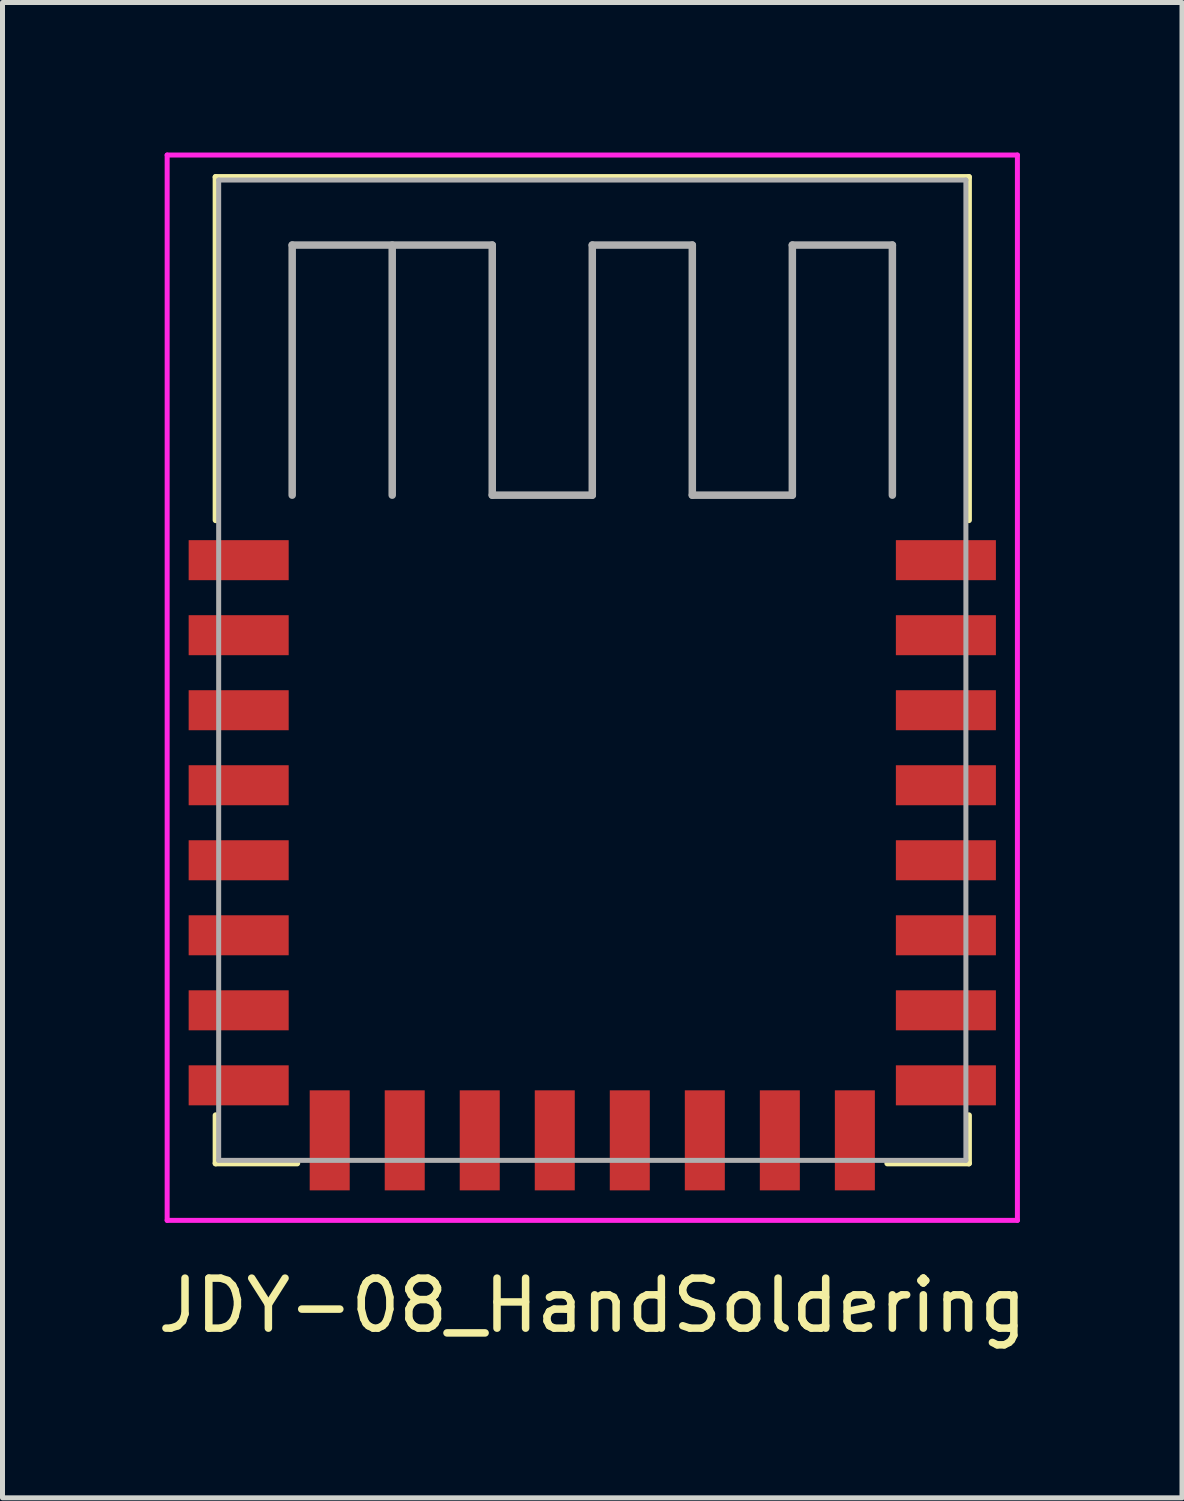
<source format=kicad_pcb>
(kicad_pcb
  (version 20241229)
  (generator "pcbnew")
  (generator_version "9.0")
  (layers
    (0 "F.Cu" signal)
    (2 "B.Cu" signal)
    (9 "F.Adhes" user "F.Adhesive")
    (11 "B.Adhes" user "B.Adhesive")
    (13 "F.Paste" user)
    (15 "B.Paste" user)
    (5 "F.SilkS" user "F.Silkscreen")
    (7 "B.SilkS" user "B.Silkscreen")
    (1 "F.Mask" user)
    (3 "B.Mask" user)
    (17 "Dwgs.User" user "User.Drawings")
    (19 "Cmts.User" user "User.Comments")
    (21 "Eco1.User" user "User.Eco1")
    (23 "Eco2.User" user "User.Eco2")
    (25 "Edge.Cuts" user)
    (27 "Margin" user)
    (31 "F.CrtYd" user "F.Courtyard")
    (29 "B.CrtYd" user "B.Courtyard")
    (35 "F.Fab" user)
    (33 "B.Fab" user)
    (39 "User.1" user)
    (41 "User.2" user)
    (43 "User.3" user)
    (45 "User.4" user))
  (footprint "JDY-08_HandSoldering"
    (layer "F.Cu")
    (at 8.792 10.35)
    (property "Reference" "JDY-08_HandSoldering" (at 0 12.7 0) (layer "F.SilkS") (effects (font (size 1 1) (thickness 0.15))))
    (attr through_hole)
    (fp_line (start -7.53 -9.86) (end 7.53 -9.86) (stroke (width 0.12) (type solid)) (layer "F.SilkS"))
    (fp_line (start -7.53 -3) (end -7.53 -9.86) (stroke (width 0.12) (type solid)) (layer "F.SilkS"))
    (fp_line (start -7.53 8.9) (end -7.53 9.86) (stroke (width 0.12) (type solid)) (layer "F.SilkS"))
    (fp_line (start -7.53 9.86) (end -5.9 9.86) (stroke (width 0.12) (type solid)) (layer "F.SilkS"))
    (fp_line (start 5.9 9.86) (end 7.53 9.86) (stroke (width 0.12) (type solid)) (layer "F.SilkS"))
    (fp_line (start 7.53 -9.86) (end 7.53 -3) (stroke (width 0.12) (type solid)) (layer "F.SilkS"))
    (fp_line (start 7.53 9.86) (end 7.53 8.9) (stroke (width 0.12) (type solid)) (layer "F.SilkS"))
    (fp_line (start -8.5 -10.3) (end -8.5 11) (stroke (width 0.1) (type solid)) (layer "F.CrtYd"))
    (fp_line (start -8.5 11) (end 8.5 11) (stroke (width 0.1) (type solid)) (layer "F.CrtYd"))
    (fp_line (start 8.5 -10.3) (end -8.5 -10.3) (stroke (width 0.1) (type solid)) (layer "F.CrtYd"))
    (fp_line (start 8.5 11) (end 8.5 -10.3) (stroke (width 0.1) (type solid)) (layer "F.CrtYd"))
    (fp_line (start -7.47 -9.8) (end -7.47 9.8) (stroke (width 0.1) (type solid)) (layer "F.Fab"))
    (fp_line (start -7.47 -9.8) (end 7.47 -9.8) (stroke (width 0.1) (type solid)) (layer "F.Fab"))
    (fp_line (start -7.47 9.8) (end 7.47 9.8) (stroke (width 0.1) (type solid)) (layer "F.Fab"))
    (fp_line (start -6 -8.5) (end -6 -3.5) (stroke (width 0.15) (type solid)) (layer "F.Fab"))
    (fp_line (start -4 -8.5) (end -4 -3.5) (stroke (width 0.15) (type solid)) (layer "F.Fab"))
    (fp_line (start -2 -8.5) (end -6 -8.5) (stroke (width 0.15) (type solid)) (layer "F.Fab"))
    (fp_line (start -2 -3.5) (end -2 -8.5) (stroke (width 0.15) (type solid)) (layer "F.Fab"))
    (fp_line (start 0 -8.5) (end 0 -3.5) (stroke (width 0.15) (type solid)) (layer "F.Fab"))
    (fp_line (start 0 -3.5) (end -2 -3.5) (stroke (width 0.15) (type solid)) (layer "F.Fab"))
    (fp_line (start 2 -8.5) (end 0 -8.5) (stroke (width 0.15) (type solid)) (layer "F.Fab"))
    (fp_line (start 2 -3.5) (end 2 -8.5) (stroke (width 0.15) (type solid)) (layer "F.Fab"))
    (fp_line (start 4 -8.5) (end 4 -3.5) (stroke (width 0.15) (type solid)) (layer "F.Fab"))
    (fp_line (start 4 -3.5) (end 2 -3.5) (stroke (width 0.15) (type solid)) (layer "F.Fab"))
    (fp_line (start 6 -8.5) (end 4 -8.5) (stroke (width 0.15) (type solid)) (layer "F.Fab"))
    (fp_line (start 6 -3.5) (end 6 -8.5) (stroke (width 0.15) (type solid)) (layer "F.Fab"))
    (fp_line (start 7.47 -9.8) (end 7.47 9.8) (stroke (width 0.1) (type solid)) (layer "F.Fab"))
    (pad "1" smd rect (at -7.07 -2.2 180) (size 2 0.8) (layers "F.Cu" "F.Mask" "F.Paste"))
    (pad "2" smd rect (at -7.07 -0.7 180) (size 2 0.8) (layers "F.Cu" "F.Mask" "F.Paste"))
    (pad "3" smd rect (at -7.07 0.8 180) (size 2 0.8) (layers "F.Cu" "F.Mask" "F.Paste"))
    (pad "4" smd rect (at -7.07 2.3 180) (size 2 0.8) (layers "F.Cu" "F.Mask" "F.Paste"))
    (pad "5" smd rect (at -7.07 3.8 180) (size 2 0.8) (layers "F.Cu" "F.Mask" "F.Paste"))
    (pad "6" smd rect (at -7.07 5.3 180) (size 2 0.8) (layers "F.Cu" "F.Mask" "F.Paste"))
    (pad "7" smd rect (at -7.07 6.8 180) (size 2 0.8) (layers "F.Cu" "F.Mask" "F.Paste"))
    (pad "8" smd rect (at -7.07 8.3 180) (size 2 0.8) (layers "F.Cu" "F.Mask" "F.Paste"))
    (pad "9" smd rect (at -5.25 9.4 180) (size 0.8 2) (layers "F.Cu" "F.Mask" "F.Paste"))
    (pad "10" smd rect (at -3.75 9.4 180) (size 0.8 2) (layers "F.Cu" "F.Mask" "F.Paste"))
    (pad "11" smd rect (at -2.25 9.4 180) (size 0.8 2) (layers "F.Cu" "F.Mask" "F.Paste"))
    (pad "12" smd rect (at -0.75 9.4 180) (size 0.8 2) (layers "F.Cu" "F.Mask" "F.Paste"))
    (pad "13" smd rect (at 0.75 9.4 180) (size 0.8 2) (layers "F.Cu" "F.Mask" "F.Paste"))
    (pad "14" smd rect (at 2.25 9.4 180) (size 0.8 2) (layers "F.Cu" "F.Mask" "F.Paste"))
    (pad "15" smd rect (at 3.75 9.4 180) (size 0.8 2) (layers "F.Cu" "F.Mask" "F.Paste"))
    (pad "16" smd rect (at 5.25 9.4 180) (size 0.8 2) (layers "F.Cu" "F.Mask" "F.Paste"))
    (pad "17" smd rect (at 7.07 8.3 180) (size 2 0.8) (layers "F.Cu" "F.Mask" "F.Paste"))
    (pad "18" smd rect (at 7.07 6.8 180) (size 2 0.8) (layers "F.Cu" "F.Mask" "F.Paste"))
    (pad "19" smd rect (at 7.07 5.3 180) (size 2 0.8) (layers "F.Cu" "F.Mask" "F.Paste"))
    (pad "20" smd rect (at 7.07 3.8 180) (size 2 0.8) (layers "F.Cu" "F.Mask" "F.Paste"))
    (pad "21" smd rect (at 7.07 2.3 180) (size 2 0.8) (layers "F.Cu" "F.Mask" "F.Paste"))
    (pad "22" smd rect (at 7.07 0.8 180) (size 2 0.8) (layers "F.Cu" "F.Mask" "F.Paste"))
    (pad "23" smd rect (at 7.07 -0.7 180) (size 2 0.8) (layers "F.Cu" "F.Mask" "F.Paste"))
    (pad "24" smd rect (at 7.07 -2.2 180) (size 2 0.8) (layers "F.Cu" "F.Mask" "F.Paste")))
  (gr_rect
    (start -3 -3)
    (end 20.583 26.898)
    (stroke (width 0.1) (type default))
    (fill no)
    (layer "Edge.Cuts")))
</source>
